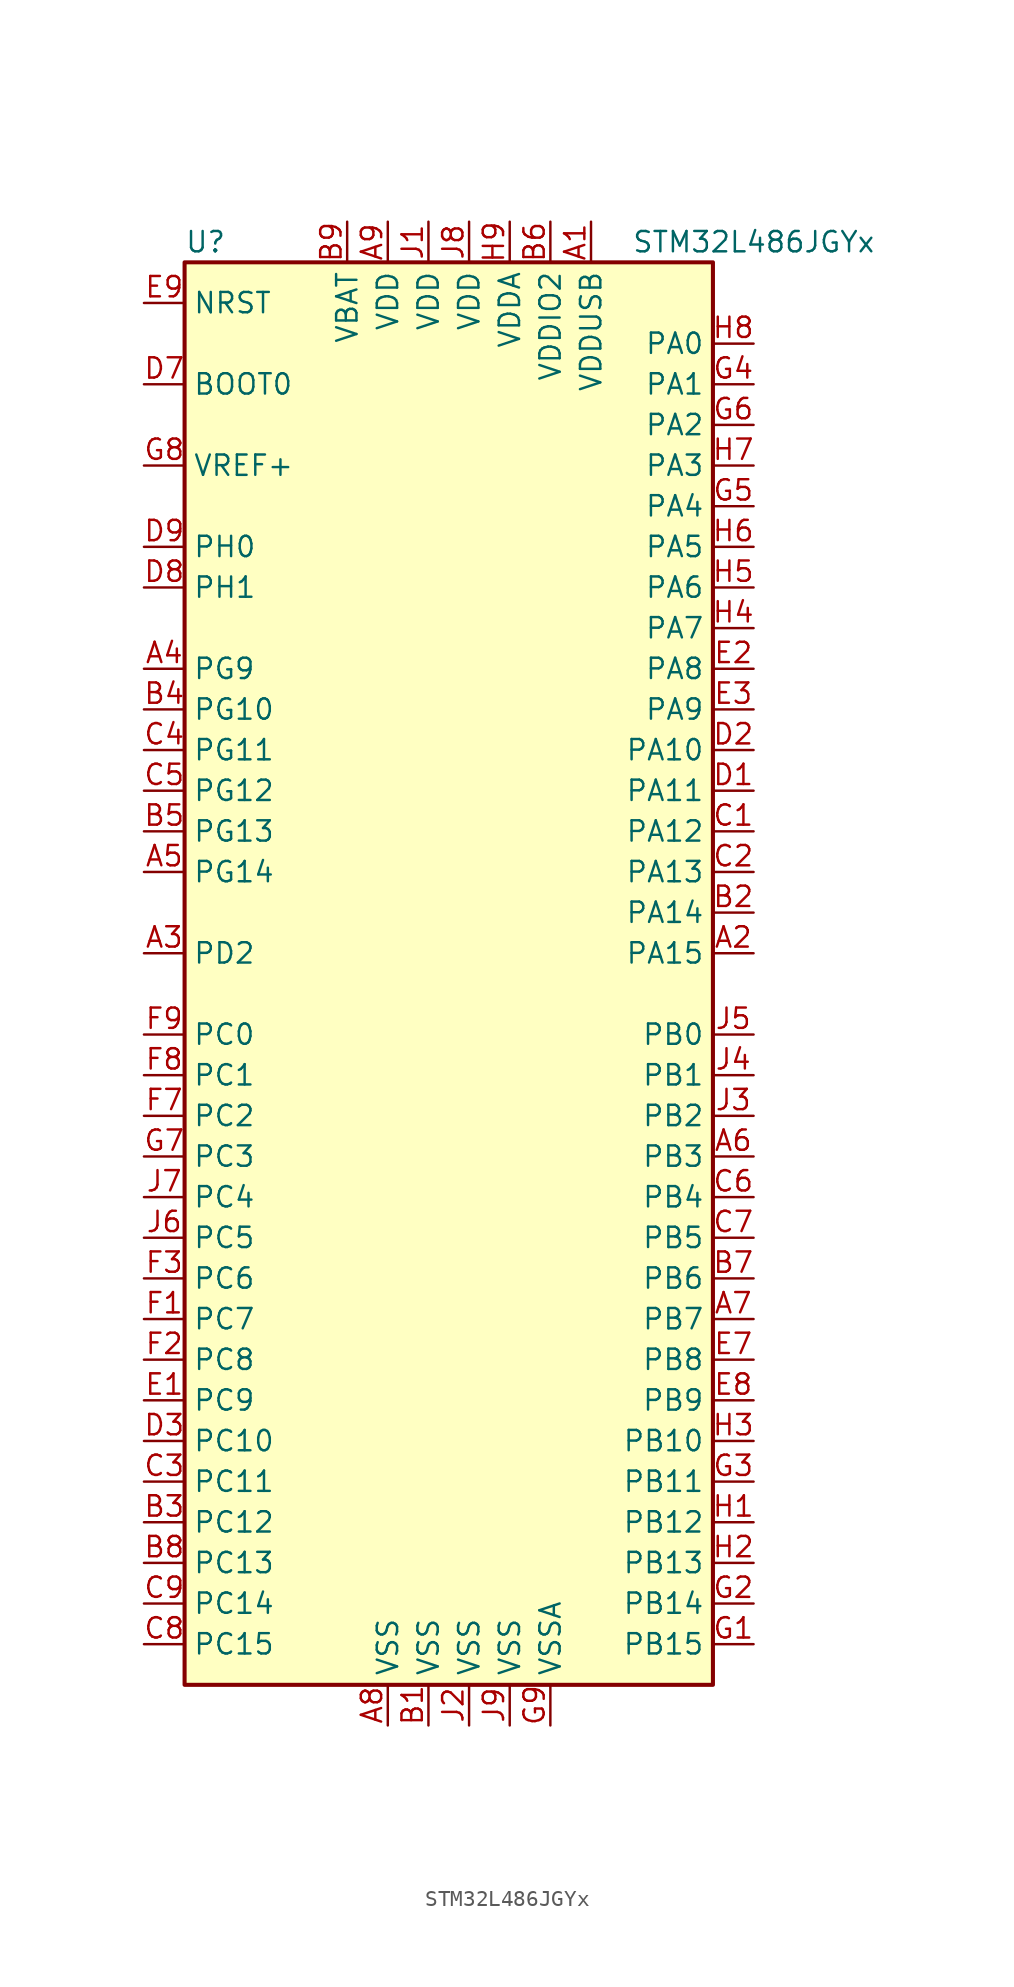
<source format=kicad_sym>
(kicad_symbol_lib
  (version 20201005)
  (generator kicad_symbol_editor)
  (symbol "MCU_ST_STM32L4:STM32L486JGYx"
    (property "Reference" "U"
      (at -17.78 44.45 0)
      (effects (font (size 1.27 1.27)) (justify left)))
    (property "Value" "STM32L486JGYx"
      (at 10.16 44.45 0)
      (effects (font (size 1.27 1.27)) (justify left)))
    (symbol "STM32L486JGYx_0_1"
      (rectangle (start -17.78 -45.72) (end 15.24 43.18) (stroke (width 0.254)) (fill (type background))))
    (symbol "STM32L486JGYx_1_1"
      (pin power_in line (at 7.62 45.72 270) (length 2.54) (name "VDDUSB" (effects (font (size 1.27 1.27)))) (number "A1" (effects (font (size 1.27 1.27)))))
      (pin bidirectional line (at 17.78 0 180) (length 2.54) (name "PA15" (effects (font (size 1.27 1.27)))) (number "A2" (effects (font (size 1.27 1.27)))))
      (pin bidirectional line (at -20.32 0 0) (length 2.54) (name "PD2" (effects (font (size 1.27 1.27)))) (number "A3" (effects (font (size 1.27 1.27)))))
      (pin bidirectional line (at -20.32 17.78 0) (length 2.54) (name "PG9" (effects (font (size 1.27 1.27)))) (number "A4" (effects (font (size 1.27 1.27)))))
      (pin bidirectional line (at -20.32 5.08 0) (length 2.54) (name "PG14" (effects (font (size 1.27 1.27)))) (number "A5" (effects (font (size 1.27 1.27)))))
      (pin bidirectional line (at 17.78 -12.7 180) (length 2.54) (name "PB3" (effects (font (size 1.27 1.27)))) (number "A6" (effects (font (size 1.27 1.27)))))
      (pin bidirectional line (at 17.78 -22.86 180) (length 2.54) (name "PB7" (effects (font (size 1.27 1.27)))) (number "A7" (effects (font (size 1.27 1.27)))))
      (pin power_in line (at -5.08 -48.26 90) (length 2.54) (name "VSS" (effects (font (size 1.27 1.27)))) (number "A8" (effects (font (size 1.27 1.27)))))
      (pin power_in line (at -5.08 45.72 270) (length 2.54) (name "VDD" (effects (font (size 1.27 1.27)))) (number "A9" (effects (font (size 1.27 1.27)))))
      (pin power_in line (at -2.54 -48.26 90) (length 2.54) (name "VSS" (effects (font (size 1.27 1.27)))) (number "B1" (effects (font (size 1.27 1.27)))))
      (pin bidirectional line (at 17.78 2.54 180) (length 2.54) (name "PA14" (effects (font (size 1.27 1.27)))) (number "B2" (effects (font (size 1.27 1.27)))))
      (pin bidirectional line (at -20.32 -35.56 0) (length 2.54) (name "PC12" (effects (font (size 1.27 1.27)))) (number "B3" (effects (font (size 1.27 1.27)))))
      (pin bidirectional line (at -20.32 15.24 0) (length 2.54) (name "PG10" (effects (font (size 1.27 1.27)))) (number "B4" (effects (font (size 1.27 1.27)))))
      (pin bidirectional line (at -20.32 7.62 0) (length 2.54) (name "PG13" (effects (font (size 1.27 1.27)))) (number "B5" (effects (font (size 1.27 1.27)))))
      (pin power_in line (at 5.08 45.72 270) (length 2.54) (name "VDDIO2" (effects (font (size 1.27 1.27)))) (number "B6" (effects (font (size 1.27 1.27)))))
      (pin bidirectional line (at 17.78 -20.32 180) (length 2.54) (name "PB6" (effects (font (size 1.27 1.27)))) (number "B7" (effects (font (size 1.27 1.27)))))
      (pin bidirectional line (at -20.32 -38.1 0) (length 2.54) (name "PC13" (effects (font (size 1.27 1.27)))) (number "B8" (effects (font (size 1.27 1.27)))))
      (pin power_in line (at -7.62 45.72 270) (length 2.54) (name "VBAT" (effects (font (size 1.27 1.27)))) (number "B9" (effects (font (size 1.27 1.27)))))
      (pin bidirectional line (at 17.78 7.62 180) (length 2.54) (name "PA12" (effects (font (size 1.27 1.27)))) (number "C1" (effects (font (size 1.27 1.27)))))
      (pin bidirectional line (at 17.78 5.08 180) (length 2.54) (name "PA13" (effects (font (size 1.27 1.27)))) (number "C2" (effects (font (size 1.27 1.27)))))
      (pin bidirectional line (at -20.32 -33.02 0) (length 2.54) (name "PC11" (effects (font (size 1.27 1.27)))) (number "C3" (effects (font (size 1.27 1.27)))))
      (pin bidirectional line (at -20.32 12.7 0) (length 2.54) (name "PG11" (effects (font (size 1.27 1.27)))) (number "C4" (effects (font (size 1.27 1.27)))))
      (pin bidirectional line (at -20.32 10.16 0) (length 2.54) (name "PG12" (effects (font (size 1.27 1.27)))) (number "C5" (effects (font (size 1.27 1.27)))))
      (pin bidirectional line (at 17.78 -15.24 180) (length 2.54) (name "PB4" (effects (font (size 1.27 1.27)))) (number "C6" (effects (font (size 1.27 1.27)))))
      (pin bidirectional line (at 17.78 -17.78 180) (length 2.54) (name "PB5" (effects (font (size 1.27 1.27)))) (number "C7" (effects (font (size 1.27 1.27)))))
      (pin bidirectional line (at -20.32 -43.18 0) (length 2.54) (name "PC15" (effects (font (size 1.27 1.27)))) (number "C8" (effects (font (size 1.27 1.27)))))
      (pin bidirectional line (at -20.32 -40.64 0) (length 2.54) (name "PC14" (effects (font (size 1.27 1.27)))) (number "C9" (effects (font (size 1.27 1.27)))))
      (pin bidirectional line (at 17.78 10.16 180) (length 2.54) (name "PA11" (effects (font (size 1.27 1.27)))) (number "D1" (effects (font (size 1.27 1.27)))))
      (pin bidirectional line (at 17.78 12.7 180) (length 2.54) (name "PA10" (effects (font (size 1.27 1.27)))) (number "D2" (effects (font (size 1.27 1.27)))))
      (pin bidirectional line (at -20.32 -30.48 0) (length 2.54) (name "PC10" (effects (font (size 1.27 1.27)))) (number "D3" (effects (font (size 1.27 1.27)))))
      (pin input line (at -20.32 35.56 0) (length 2.54) (name "BOOT0" (effects (font (size 1.27 1.27)))) (number "D7" (effects (font (size 1.27 1.27)))))
      (pin input line (at -20.32 22.86 0) (length 2.54) (name "PH1" (effects (font (size 1.27 1.27)))) (number "D8" (effects (font (size 1.27 1.27)))))
      (pin input line (at -20.32 25.4 0) (length 2.54) (name "PH0" (effects (font (size 1.27 1.27)))) (number "D9" (effects (font (size 1.27 1.27)))))
      (pin bidirectional line (at -20.32 -27.94 0) (length 2.54) (name "PC9" (effects (font (size 1.27 1.27)))) (number "E1" (effects (font (size 1.27 1.27)))))
      (pin bidirectional line (at 17.78 17.78 180) (length 2.54) (name "PA8" (effects (font (size 1.27 1.27)))) (number "E2" (effects (font (size 1.27 1.27)))))
      (pin bidirectional line (at 17.78 15.24 180) (length 2.54) (name "PA9" (effects (font (size 1.27 1.27)))) (number "E3" (effects (font (size 1.27 1.27)))))
      (pin bidirectional line (at 17.78 -25.4 180) (length 2.54) (name "PB8" (effects (font (size 1.27 1.27)))) (number "E7" (effects (font (size 1.27 1.27)))))
      (pin bidirectional line (at 17.78 -27.94 180) (length 2.54) (name "PB9" (effects (font (size 1.27 1.27)))) (number "E8" (effects (font (size 1.27 1.27)))))
      (pin input line (at -20.32 40.64 0) (length 2.54) (name "NRST" (effects (font (size 1.27 1.27)))) (number "E9" (effects (font (size 1.27 1.27)))))
      (pin bidirectional line (at -20.32 -22.86 0) (length 2.54) (name "PC7" (effects (font (size 1.27 1.27)))) (number "F1" (effects (font (size 1.27 1.27)))))
      (pin bidirectional line (at -20.32 -25.4 0) (length 2.54) (name "PC8" (effects (font (size 1.27 1.27)))) (number "F2" (effects (font (size 1.27 1.27)))))
      (pin bidirectional line (at -20.32 -20.32 0) (length 2.54) (name "PC6" (effects (font (size 1.27 1.27)))) (number "F3" (effects (font (size 1.27 1.27)))))
      (pin bidirectional line (at -20.32 -10.16 0) (length 2.54) (name "PC2" (effects (font (size 1.27 1.27)))) (number "F7" (effects (font (size 1.27 1.27)))))
      (pin bidirectional line (at -20.32 -7.62 0) (length 2.54) (name "PC1" (effects (font (size 1.27 1.27)))) (number "F8" (effects (font (size 1.27 1.27)))))
      (pin bidirectional line (at -20.32 -5.08 0) (length 2.54) (name "PC0" (effects (font (size 1.27 1.27)))) (number "F9" (effects (font (size 1.27 1.27)))))
      (pin bidirectional line (at 17.78 -43.18 180) (length 2.54) (name "PB15" (effects (font (size 1.27 1.27)))) (number "G1" (effects (font (size 1.27 1.27)))))
      (pin bidirectional line (at 17.78 -40.64 180) (length 2.54) (name "PB14" (effects (font (size 1.27 1.27)))) (number "G2" (effects (font (size 1.27 1.27)))))
      (pin bidirectional line (at 17.78 -33.02 180) (length 2.54) (name "PB11" (effects (font (size 1.27 1.27)))) (number "G3" (effects (font (size 1.27 1.27)))))
      (pin bidirectional line (at 17.78 35.56 180) (length 2.54) (name "PA1" (effects (font (size 1.27 1.27)))) (number "G4" (effects (font (size 1.27 1.27)))))
      (pin bidirectional line (at 17.78 27.94 180) (length 2.54) (name "PA4" (effects (font (size 1.27 1.27)))) (number "G5" (effects (font (size 1.27 1.27)))))
      (pin bidirectional line (at 17.78 33.02 180) (length 2.54) (name "PA2" (effects (font (size 1.27 1.27)))) (number "G6" (effects (font (size 1.27 1.27)))))
      (pin bidirectional line (at -20.32 -12.7 0) (length 2.54) (name "PC3" (effects (font (size 1.27 1.27)))) (number "G7" (effects (font (size 1.27 1.27)))))
      (pin bidirectional line (at -20.32 30.48 0) (length 2.54) (name "VREF+" (effects (font (size 1.27 1.27)))) (number "G8" (effects (font (size 1.27 1.27)))))
      (pin power_in line (at 5.08 -48.26 90) (length 2.54) (name "VSSA" (effects (font (size 1.27 1.27)))) (number "G9" (effects (font (size 1.27 1.27)))))
      (pin bidirectional line (at 17.78 -35.56 180) (length 2.54) (name "PB12" (effects (font (size 1.27 1.27)))) (number "H1" (effects (font (size 1.27 1.27)))))
      (pin bidirectional line (at 17.78 -38.1 180) (length 2.54) (name "PB13" (effects (font (size 1.27 1.27)))) (number "H2" (effects (font (size 1.27 1.27)))))
      (pin bidirectional line (at 17.78 -30.48 180) (length 2.54) (name "PB10" (effects (font (size 1.27 1.27)))) (number "H3" (effects (font (size 1.27 1.27)))))
      (pin bidirectional line (at 17.78 20.32 180) (length 2.54) (name "PA7" (effects (font (size 1.27 1.27)))) (number "H4" (effects (font (size 1.27 1.27)))))
      (pin bidirectional line (at 17.78 22.86 180) (length 2.54) (name "PA6" (effects (font (size 1.27 1.27)))) (number "H5" (effects (font (size 1.27 1.27)))))
      (pin bidirectional line (at 17.78 25.4 180) (length 2.54) (name "PA5" (effects (font (size 1.27 1.27)))) (number "H6" (effects (font (size 1.27 1.27)))))
      (pin bidirectional line (at 17.78 30.48 180) (length 2.54) (name "PA3" (effects (font (size 1.27 1.27)))) (number "H7" (effects (font (size 1.27 1.27)))))
      (pin bidirectional line (at 17.78 38.1 180) (length 2.54) (name "PA0" (effects (font (size 1.27 1.27)))) (number "H8" (effects (font (size 1.27 1.27)))))
      (pin power_in line (at 2.54 45.72 270) (length 2.54) (name "VDDA" (effects (font (size 1.27 1.27)))) (number "H9" (effects (font (size 1.27 1.27)))))
      (pin power_in line (at -2.54 45.72 270) (length 2.54) (name "VDD" (effects (font (size 1.27 1.27)))) (number "J1" (effects (font (size 1.27 1.27)))))
      (pin power_in line (at 0 -48.26 90) (length 2.54) (name "VSS" (effects (font (size 1.27 1.27)))) (number "J2" (effects (font (size 1.27 1.27)))))
      (pin bidirectional line (at 17.78 -10.16 180) (length 2.54) (name "PB2" (effects (font (size 1.27 1.27)))) (number "J3" (effects (font (size 1.27 1.27)))))
      (pin bidirectional line (at 17.78 -7.62 180) (length 2.54) (name "PB1" (effects (font (size 1.27 1.27)))) (number "J4" (effects (font (size 1.27 1.27)))))
      (pin bidirectional line (at 17.78 -5.08 180) (length 2.54) (name "PB0" (effects (font (size 1.27 1.27)))) (number "J5" (effects (font (size 1.27 1.27)))))
      (pin bidirectional line (at -20.32 -17.78 0) (length 2.54) (name "PC5" (effects (font (size 1.27 1.27)))) (number "J6" (effects (font (size 1.27 1.27)))))
      (pin bidirectional line (at -20.32 -15.24 0) (length 2.54) (name "PC4" (effects (font (size 1.27 1.27)))) (number "J7" (effects (font (size 1.27 1.27)))))
      (pin power_in line (at 0 45.72 270) (length 2.54) (name "VDD" (effects (font (size 1.27 1.27)))) (number "J8" (effects (font (size 1.27 1.27)))))
      (pin power_in line (at 2.54 -48.26 90) (length 2.54) (name "VSS" (effects (font (size 1.27 1.27)))) (number "J9" (effects (font (size 1.27 1.27))))))))
</source>
